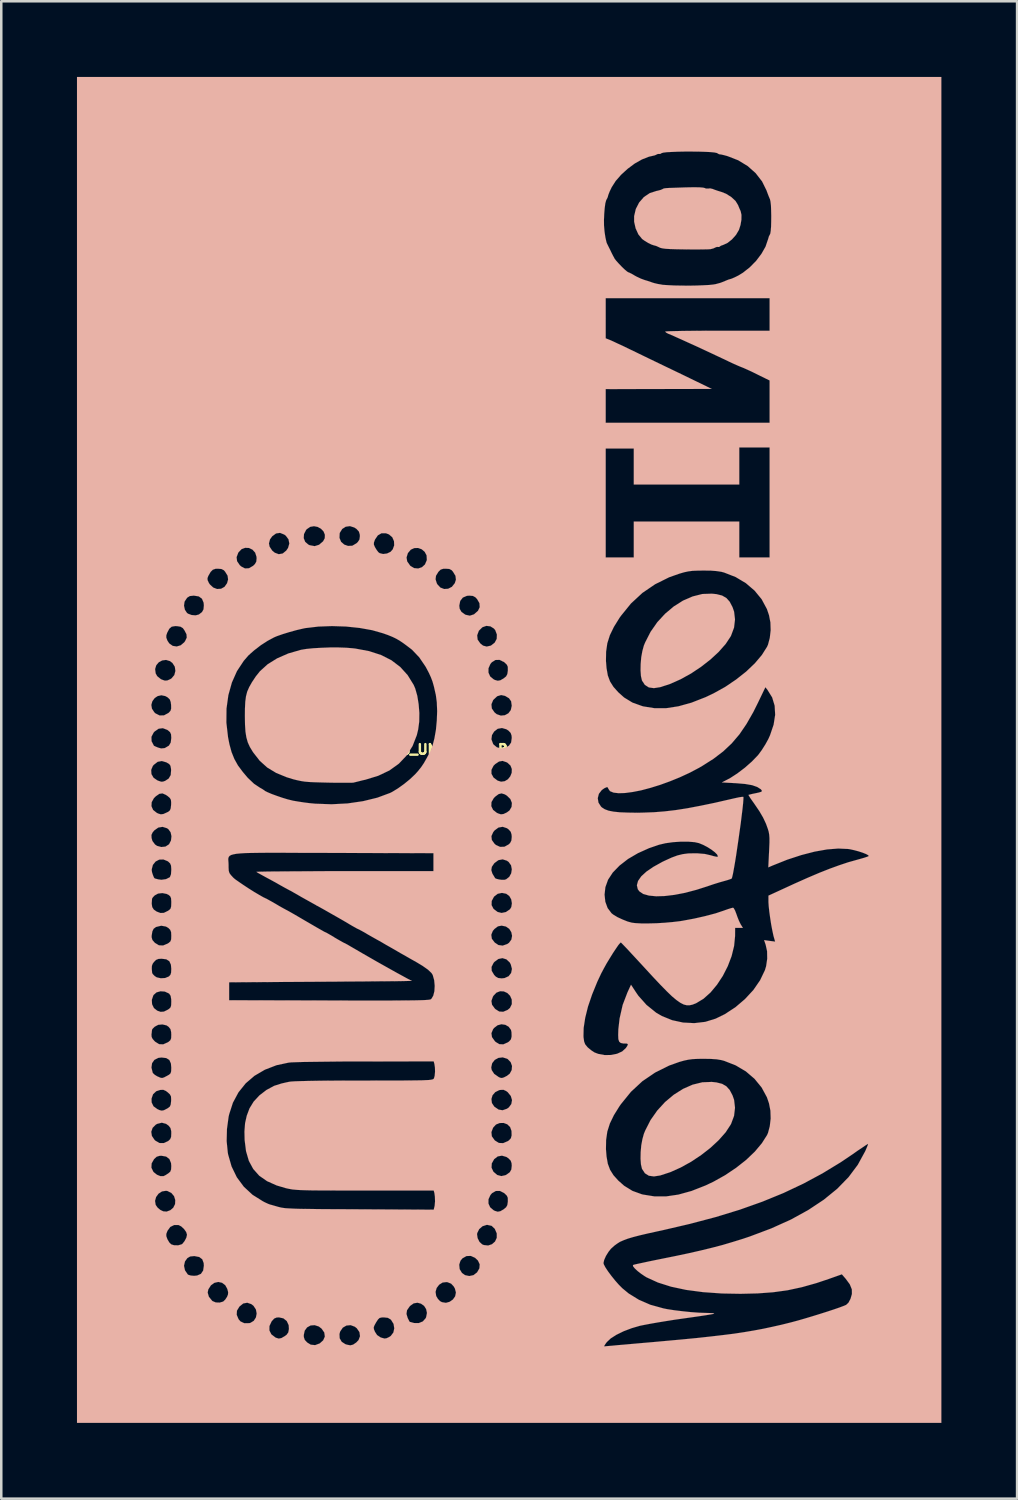
<source format=kicad_pcb>
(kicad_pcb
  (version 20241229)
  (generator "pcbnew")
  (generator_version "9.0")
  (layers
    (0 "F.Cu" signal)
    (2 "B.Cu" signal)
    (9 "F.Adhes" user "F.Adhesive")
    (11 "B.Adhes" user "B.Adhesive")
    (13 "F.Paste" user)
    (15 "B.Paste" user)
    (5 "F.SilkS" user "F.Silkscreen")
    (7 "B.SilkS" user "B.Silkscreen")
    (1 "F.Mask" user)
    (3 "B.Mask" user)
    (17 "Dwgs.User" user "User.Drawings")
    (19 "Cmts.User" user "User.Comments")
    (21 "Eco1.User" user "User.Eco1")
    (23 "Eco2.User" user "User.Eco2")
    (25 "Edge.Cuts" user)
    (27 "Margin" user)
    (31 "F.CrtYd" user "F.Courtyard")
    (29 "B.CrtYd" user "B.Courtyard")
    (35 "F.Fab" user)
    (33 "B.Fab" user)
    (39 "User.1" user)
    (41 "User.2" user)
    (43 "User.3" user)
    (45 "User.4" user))
  (footprint "Nostroino_UNO-logo_B.SilkS_34.29mm_flipped"
    (layer "F.Cu")
    (at 17.169 26.643)
    (property "Reference" "Nostroino_UNO-logo_B.SilkS_34.29mm_flipped" (at 0 0 0) (layer "F.SilkS") (effects (font (size 0.381 0.381) (thickness 0.127))))
    (attr through_hole)
    (fp_poly (pts (xy 5.161 -3.129) (xy 5.177 -2.906) (xy 5.215 -2.738) (xy 5.222 -2.723) (xy 5.334 -2.553) (xy 5.489 -2.456) (xy 5.69 -2.428) (xy 5.939 -2.466) (xy 6.337 -2.596) (xy 6.751 -2.781) (xy 7.165 -3.01) (xy 7.564 -3.277) (xy 7.932 -3.564) (xy 8.26 -3.868) (xy 8.532 -4.176) (xy 8.73 -4.475) (xy 8.75 -4.516) (xy 8.865 -4.826) (xy 8.903 -5.149) (xy 8.867 -5.458) (xy 8.804 -5.639) (xy 8.692 -5.852) (xy 8.56 -5.999) (xy 8.392 -6.096) (xy 8.169 -6.152) (xy 7.983 -6.17) (xy 7.607 -6.157) (xy 7.224 -6.06) (xy 6.843 -5.895) (xy 6.477 -5.664) (xy 6.134 -5.375) (xy 5.824 -5.039) (xy 5.558 -4.658) (xy 5.347 -4.244) (xy 5.293 -4.115) (xy 5.235 -3.904) (xy 5.189 -3.653) (xy 5.166 -3.386) (xy 5.161 -3.129)) (stroke (width 0.003) (type solid)) (fill yes) (layer "B.SilkS"))
    (fp_poly (pts (xy 5.161 16.215) (xy 5.177 16.441) (xy 5.215 16.607) (xy 5.222 16.624) (xy 5.334 16.794) (xy 5.489 16.891) (xy 5.69 16.919) (xy 5.939 16.881) (xy 6.337 16.751) (xy 6.751 16.566) (xy 7.165 16.337) (xy 7.564 16.071) (xy 7.932 15.784) (xy 8.26 15.479) (xy 8.532 15.171) (xy 8.73 14.869) (xy 8.75 14.831) (xy 8.865 14.521) (xy 8.903 14.199) (xy 8.867 13.886) (xy 8.804 13.706) (xy 8.692 13.495) (xy 8.56 13.348) (xy 8.392 13.251) (xy 8.169 13.195) (xy 7.983 13.175) (xy 7.607 13.19) (xy 7.224 13.284) (xy 6.843 13.452) (xy 6.477 13.683) (xy 6.134 13.97) (xy 5.824 14.308) (xy 5.558 14.686) (xy 5.347 15.1) (xy 5.293 15.232) (xy 5.235 15.443) (xy 5.189 15.692) (xy 5.166 15.961) (xy 5.161 16.215)) (stroke (width 0.003) (type solid)) (fill yes) (layer "B.SilkS"))
    (fp_poly (pts (xy -10.516 -1.333) (xy -10.511 -0.986) (xy -10.493 -0.706) (xy -10.457 -0.478) (xy -10.401 -0.279) (xy -10.317 -0.094) (xy -10.201 0.097) (xy -10.18 0.127) (xy -9.926 0.452) (xy -9.629 0.719) (xy -9.276 0.932) (xy -8.862 1.102) (xy -8.595 1.184) (xy -8.44 1.222) (xy -8.298 1.252) (xy -8.153 1.275) (xy -7.988 1.29) (xy -7.788 1.3) (xy -7.529 1.308) (xy -7.206 1.316) (xy -6.921 1.321) (xy -6.665 1.321) (xy -6.454 1.321) (xy -6.299 1.321) (xy -6.215 1.316) (xy -6.205 1.313) (xy -6.144 1.298) (xy -6.017 1.267) (xy -5.85 1.224) (xy -5.743 1.201) (xy -5.232 1.044) (xy -4.788 0.833) (xy -4.415 0.564) (xy -4.107 0.241) (xy -3.871 -0.137) (xy -3.703 -0.569) (xy -3.65 -0.792) (xy -3.609 -1.1) (xy -3.604 -1.443) (xy -3.632 -1.793) (xy -3.686 -2.126) (xy -3.767 -2.413) (xy -3.83 -2.558) (xy -4.069 -2.944) (xy -4.361 -3.266) (xy -4.709 -3.531) (xy -5.118 -3.739) (xy -5.596 -3.894) (xy -6.139 -3.995) (xy -6.233 -4.006) (xy -6.497 -4.028) (xy -6.81 -4.039) (xy -7.145 -4.039) (xy -7.485 -4.026) (xy -7.805 -4.008) (xy -8.085 -3.98) (xy -8.296 -3.945) (xy -8.793 -3.802) (xy -9.235 -3.609) (xy -9.611 -3.376) (xy -9.916 -3.101) (xy -10.084 -2.891) (xy -10.236 -2.662) (xy -10.345 -2.469) (xy -10.424 -2.289) (xy -10.472 -2.103) (xy -10.5 -1.89) (xy -10.513 -1.626) (xy -10.516 -1.333)) (stroke (width 0.003) (type solid)) (fill yes) (layer "B.SilkS"))
    (fp_poly (pts (xy 4.907 -20.907) (xy 4.966 -20.645) (xy 5.075 -20.406) (xy 5.222 -20.226) (xy 5.225 -20.223) (xy 5.331 -20.147) (xy 5.466 -20.066) (xy 5.596 -20.003) (xy 5.69 -19.972) (xy 5.702 -19.969) (xy 5.779 -19.949) (xy 5.885 -19.901) (xy 5.893 -19.896) (xy 5.954 -19.87) (xy 6.043 -19.85) (xy 6.167 -19.835) (xy 6.342 -19.825) (xy 6.579 -19.817) (xy 6.891 -19.812) (xy 6.916 -19.812) (xy 7.196 -19.809) (xy 7.455 -19.809) (xy 7.676 -19.812) (xy 7.841 -19.815) (xy 7.932 -19.822) (xy 7.938 -19.822) (xy 8.054 -19.853) (xy 8.125 -19.888) (xy 8.197 -19.914) (xy 8.222 -19.906) (xy 8.28 -19.909) (xy 8.291 -19.921) (xy 8.349 -19.959) (xy 8.438 -19.99) (xy 8.608 -20.069) (xy 8.783 -20.208) (xy 8.941 -20.384) (xy 9.055 -20.577) (xy 9.058 -20.579) (xy 9.121 -20.777) (xy 9.157 -20.988) (xy 9.159 -21.181) (xy 9.126 -21.328) (xy 9.121 -21.339) (xy 9.078 -21.433) (xy 9.027 -21.557) (xy 9.027 -21.562) (xy 8.926 -21.727) (xy 8.76 -21.882) (xy 8.552 -22.014) (xy 8.364 -22.088) (xy 8.209 -22.136) (xy 8.077 -22.182) (xy 8.021 -22.205) (xy 7.915 -22.23) (xy 7.849 -22.22) (xy 7.752 -22.22) (xy 7.714 -22.24) (xy 7.643 -22.258) (xy 7.483 -22.271) (xy 7.239 -22.273) (xy 6.952 -22.268) (xy 6.655 -22.258) (xy 6.434 -22.25) (xy 6.276 -22.245) (xy 6.172 -22.238) (xy 6.106 -22.23) (xy 6.068 -22.22) (xy 6.043 -22.207) (xy 6.027 -22.197) (xy 5.956 -22.167) (xy 5.839 -22.136) (xy 5.796 -22.128) (xy 5.527 -22.042) (xy 5.293 -21.885) (xy 5.105 -21.669) (xy 4.973 -21.412) (xy 4.907 -21.13) (xy 4.907 -20.907)) (stroke (width 0.003) (type solid)) (fill yes) (layer "B.SilkS"))
    (fp_poly (pts (xy -17.168 26.685) (xy -14.229 26.685) (xy -14.229 0.815) (xy -14.224 0.8) (xy -14.224 -1.763) (xy -14.183 -1.908) (xy -14.097 -2.027) (xy -14.074 -2.045) (xy -14.074 -3.183) (xy -14.028 -3.335) (xy -13.929 -3.452) (xy -13.792 -3.526) (xy -13.637 -3.546) (xy -13.63 -3.543) (xy -13.63 -4.519) (xy -13.592 -4.63) (xy -13.51 -4.783) (xy -13.414 -4.864) (xy -13.274 -4.887) (xy -13.203 -4.884) (xy -13.066 -4.862) (xy -12.974 -4.806) (xy -12.929 -4.745) (xy -12.929 -5.695) (xy -12.908 -5.847) (xy -12.893 -5.878) (xy -12.804 -6.01) (xy -12.7 -6.076) (xy -12.545 -6.093) (xy -12.537 -6.093) (xy -12.344 -6.063) (xy -12.217 -5.972) (xy -12.151 -5.814) (xy -12.141 -5.705) (xy -12.156 -5.547) (xy -12.215 -5.441) (xy -12.334 -5.349) (xy -12.342 -5.344) (xy -12.469 -5.311) (xy -12.626 -5.324) (xy -12.769 -5.377) (xy -12.812 -5.41) (xy -12.893 -5.532) (xy -12.929 -5.695) (xy -12.929 -4.745) (xy -12.911 -4.719) (xy -12.83 -4.564) (xy -12.819 -4.43) (xy -12.885 -4.29) (xy -12.918 -4.244) (xy -13.058 -4.125) (xy -13.218 -4.077) (xy -13.376 -4.102) (xy -13.513 -4.199) (xy -13.586 -4.31) (xy -13.63 -4.427) (xy -13.63 -4.519) (xy -13.63 -3.543) (xy -13.482 -3.498) (xy -13.386 -3.424) (xy -13.292 -3.277) (xy -13.269 -3.109) (xy -13.312 -2.946) (xy -13.419 -2.817) (xy -13.47 -2.784) (xy -13.589 -2.731) (xy -13.688 -2.725) (xy -13.807 -2.766) (xy -13.846 -2.784) (xy -13.99 -2.901) (xy -14.051 -3.01) (xy -14.074 -3.183) (xy -14.074 -2.045) (xy -13.973 -2.113) (xy -13.825 -2.146) (xy -13.668 -2.113) (xy -13.574 -2.06) (xy -13.492 -1.981) (xy -13.454 -1.877) (xy -13.439 -1.758) (xy -13.437 -1.618) (xy -13.462 -1.532) (xy -13.528 -1.458) (xy -13.551 -1.44) (xy -13.721 -1.349) (xy -13.894 -1.344) (xy -14.059 -1.427) (xy -14.102 -1.466) (xy -14.199 -1.613) (xy -14.224 -1.763) (xy -14.224 0.8) (xy -14.219 0.785) (xy -14.219 -0.5) (xy -14.133 -0.665) (xy -14.094 -0.709) (xy -13.934 -0.82) (xy -13.767 -0.841) (xy -13.592 -0.775) (xy -13.561 -0.754) (xy -13.48 -0.683) (xy -13.442 -0.599) (xy -13.432 -0.467) (xy -13.432 -0.45) (xy -13.454 -0.272) (xy -13.525 -0.15) (xy -13.67 -0.064) (xy -13.698 -0.051) (xy -13.835 -0.038) (xy -13.962 -0.074) (xy -14.064 -0.117) (xy -14.12 -0.145) (xy -14.122 -0.147) (xy -14.214 -0.325) (xy -14.219 -0.5) (xy -14.219 0.785) (xy -14.163 0.655) (xy -14.125 0.61) (xy -13.97 0.49) (xy -13.807 0.46) (xy -13.625 0.513) (xy -13.617 0.518) (xy -13.515 0.579) (xy -13.465 0.648) (xy -13.444 0.757) (xy -13.439 0.818) (xy -13.454 1.016) (xy -13.536 1.156) (xy -13.675 1.247) (xy -13.764 1.278) (xy -13.835 1.28) (xy -13.934 1.247) (xy -13.985 1.227) (xy -14.135 1.123) (xy -14.219 0.978) (xy -14.229 0.815) (xy -14.229 26.685) (xy -14.227 26.685) (xy -14.227 15.149) (xy -14.219 15.126) (xy -14.219 12.606) (xy -14.219 11.288) (xy -14.219 3.388) (xy -14.219 2.25) (xy -14.209 2.09) (xy -14.122 1.933) (xy -14.046 1.857) (xy -13.906 1.76) (xy -13.782 1.742) (xy -13.647 1.801) (xy -13.576 1.849) (xy -13.49 1.923) (xy -13.447 1.996) (xy -13.437 2.098) (xy -13.439 2.195) (xy -13.454 2.332) (xy -13.485 2.413) (xy -13.548 2.469) (xy -13.609 2.499) (xy -13.746 2.56) (xy -13.848 2.573) (xy -13.955 2.54) (xy -14.011 2.512) (xy -14.153 2.398) (xy -14.219 2.25) (xy -14.219 3.388) (xy -14.173 3.289) (xy -14.105 3.208) (xy -13.947 3.096) (xy -13.777 3.068) (xy -13.604 3.122) (xy -13.548 3.16) (xy -13.459 3.282) (xy -13.424 3.442) (xy -13.444 3.609) (xy -13.518 3.754) (xy -13.528 3.764) (xy -13.663 3.851) (xy -13.828 3.868) (xy -13.995 3.823) (xy -14.077 3.767) (xy -14.181 3.627) (xy -14.214 3.51) (xy -14.219 3.388) (xy -14.219 11.288) (xy -14.211 11.247) (xy -14.211 7.445) (xy -14.211 7.379) (xy -14.209 7.371) (xy -14.209 6.109) (xy -14.209 4.778) (xy -14.209 4.757) (xy -14.161 4.575) (xy -14.054 4.442) (xy -13.909 4.366) (xy -13.741 4.361) (xy -13.574 4.43) (xy -13.548 4.45) (xy -13.477 4.519) (xy -13.442 4.605) (xy -13.432 4.737) (xy -13.432 4.778) (xy -13.444 4.95) (xy -13.485 5.055) (xy -13.495 5.067) (xy -13.642 5.141) (xy -13.823 5.166) (xy -13.942 5.151) (xy -14.039 5.126) (xy -14.087 5.113) (xy -14.12 5.075) (xy -14.158 4.983) (xy -14.194 4.874) (xy -14.209 4.778) (xy -14.209 6.109) (xy -14.194 5.905) (xy -14.191 5.905) (xy -14.158 5.855) (xy -14.089 5.784) (xy -13.957 5.712) (xy -13.787 5.692) (xy -13.619 5.725) (xy -13.541 5.763) (xy -13.475 5.819) (xy -13.442 5.895) (xy -13.432 6.022) (xy -13.432 6.076) (xy -13.437 6.218) (xy -13.459 6.304) (xy -13.513 6.363) (xy -13.576 6.403) (xy -13.729 6.477) (xy -13.861 6.482) (xy -14.011 6.426) (xy -14.125 6.347) (xy -14.188 6.248) (xy -14.209 6.109) (xy -14.209 7.371) (xy -14.183 7.211) (xy -14.133 7.107) (xy -14.041 7.038) (xy -14.026 7.033) (xy -13.83 6.985) (xy -13.645 7.018) (xy -13.548 7.074) (xy -13.475 7.148) (xy -13.439 7.239) (xy -13.432 7.381) (xy -13.432 7.386) (xy -13.437 7.523) (xy -13.465 7.605) (xy -13.533 7.666) (xy -13.576 7.694) (xy -13.757 7.77) (xy -13.922 7.762) (xy -14.077 7.668) (xy -14.089 7.658) (xy -14.181 7.551) (xy -14.211 7.445) (xy -14.211 11.247) (xy -14.206 11.206) (xy -14.206 8.689) (xy -14.201 8.578) (xy -14.171 8.494) (xy -14.12 8.423) (xy -14.036 8.339) (xy -13.94 8.301) (xy -13.818 8.293) (xy -13.63 8.316) (xy -13.51 8.392) (xy -13.447 8.527) (xy -13.432 8.694) (xy -13.439 8.844) (xy -13.467 8.933) (xy -13.528 8.997) (xy -13.533 8.999) (xy -13.675 9.058) (xy -13.848 9.068) (xy -14.008 9.032) (xy -14.089 8.981) (xy -14.161 8.908) (xy -14.191 8.86) (xy -14.206 8.689) (xy -14.206 11.206) (xy -14.204 11.173) (xy -14.204 9.924) (xy -14.145 9.749) (xy -14.13 9.726) (xy -14.018 9.627) (xy -13.861 9.583) (xy -13.691 9.594) (xy -13.536 9.665) (xy -13.51 9.685) (xy -13.457 9.766) (xy -13.434 9.906) (xy -13.432 9.99) (xy -13.437 10.135) (xy -13.459 10.218) (xy -13.515 10.277) (xy -13.576 10.317) (xy -13.724 10.389) (xy -13.853 10.399) (xy -13.988 10.353) (xy -14.12 10.249) (xy -14.194 10.097) (xy -14.204 9.924) (xy -14.204 11.173) (xy -14.199 11.135) (xy -14.188 11.087) (xy -14.158 11.054) (xy -14.089 10.986) (xy -13.95 10.912) (xy -13.782 10.897) (xy -13.619 10.935) (xy -13.536 10.993) (xy -13.465 11.082) (xy -13.437 11.201) (xy -13.432 11.303) (xy -13.437 11.44) (xy -13.467 11.521) (xy -13.538 11.585) (xy -13.576 11.608) (xy -13.754 11.687) (xy -13.914 11.679) (xy -14.064 11.587) (xy -14.097 11.557) (xy -14.173 11.471) (xy -14.211 11.392) (xy -14.219 11.288) (xy -14.219 12.606) (xy -14.194 12.431) (xy -14.102 12.301) (xy -13.947 12.222) (xy -13.818 12.207) (xy -13.63 12.23) (xy -13.51 12.304) (xy -13.447 12.441) (xy -13.432 12.611) (xy -13.437 12.751) (xy -13.459 12.832) (xy -13.518 12.888) (xy -13.599 12.934) (xy -13.719 12.997) (xy -13.797 13.02) (xy -13.868 13.007) (xy -13.975 12.959) (xy -13.985 12.957) (xy -14.092 12.89) (xy -14.161 12.824) (xy -14.168 12.812) (xy -14.219 12.606) (xy -14.219 15.126) (xy -14.216 15.121) (xy -14.216 13.838) (xy -14.155 13.663) (xy -14.028 13.543) (xy -13.871 13.492) (xy -13.749 13.487) (xy -13.645 13.533) (xy -13.571 13.589) (xy -13.485 13.67) (xy -13.444 13.749) (xy -13.437 13.861) (xy -13.439 13.932) (xy -13.454 14.069) (xy -13.487 14.15) (xy -13.559 14.209) (xy -13.607 14.237) (xy -13.726 14.298) (xy -13.81 14.313) (xy -13.896 14.293) (xy -13.985 14.252) (xy -14.138 14.14) (xy -14.211 13.988) (xy -14.216 13.838) (xy -14.216 15.121) (xy -14.173 14.994) (xy -14.046 14.867) (xy -13.99 14.836) (xy -13.807 14.79) (xy -13.637 14.836) (xy -13.533 14.912) (xy -13.465 15.001) (xy -13.434 15.123) (xy -13.432 15.215) (xy -13.439 15.354) (xy -13.475 15.443) (xy -13.553 15.517) (xy -13.726 15.598) (xy -13.899 15.596) (xy -14.064 15.502) (xy -14.094 15.474) (xy -14.201 15.316) (xy -14.227 15.149) (xy -14.227 26.685) (xy -14.221 26.685) (xy -14.221 16.573) (xy -14.211 16.403) (xy -14.117 16.236) (xy -14.013 16.139) (xy -13.899 16.104) (xy -13.828 16.099) (xy -13.637 16.132) (xy -13.508 16.228) (xy -13.442 16.388) (xy -13.432 16.505) (xy -13.439 16.642) (xy -13.472 16.731) (xy -13.548 16.797) (xy -13.553 16.8) (xy -13.658 16.868) (xy -13.741 16.909) (xy -13.744 16.909) (xy -13.863 16.909) (xy -14 16.853) (xy -14.122 16.756) (xy -14.143 16.734) (xy -14.221 16.573) (xy -14.221 26.685) (xy -14.077 26.685) (xy -14.077 17.889) (xy -14.034 17.734) (xy -13.937 17.602) (xy -13.8 17.513) (xy -13.642 17.488) (xy -13.586 17.496) (xy -13.429 17.574) (xy -13.322 17.701) (xy -13.274 17.856) (xy -13.282 18.016) (xy -13.355 18.161) (xy -13.47 18.258) (xy -13.617 18.313) (xy -13.749 18.303) (xy -13.866 18.247) (xy -13.975 18.156) (xy -14.051 18.047) (xy -14.077 17.889) (xy -14.077 26.685) (xy -13.63 26.685) (xy -13.63 19.284) (xy -13.63 19.195) (xy -13.586 19.08) (xy -13.581 19.07) (xy -13.472 18.92) (xy -13.317 18.844) (xy -13.147 18.844) (xy -13.04 18.898) (xy -12.929 18.999) (xy -12.842 19.121) (xy -12.809 19.23) (xy -12.837 19.35) (xy -12.906 19.482) (xy -12.99 19.588) (xy -13.02 19.609) (xy -13.157 19.649) (xy -13.32 19.647) (xy -13.434 19.611) (xy -13.508 19.54) (xy -13.576 19.426) (xy -13.589 19.401) (xy -13.63 19.284) (xy -13.63 26.685) (xy -12.929 26.685) (xy -12.929 20.46) (xy -12.89 20.287) (xy -12.797 20.157) (xy -12.685 20.091) (xy -12.535 20.076) (xy -12.509 20.076) (xy -12.324 20.112) (xy -12.205 20.201) (xy -12.149 20.35) (xy -12.141 20.452) (xy -12.169 20.648) (xy -12.258 20.78) (xy -12.408 20.846) (xy -12.53 20.858) (xy -12.664 20.846) (xy -12.764 20.815) (xy -12.781 20.8) (xy -12.89 20.64) (xy -12.929 20.46) (xy -12.929 26.685) (xy -11.999 26.685) (xy -11.999 -6.784) (xy -11.966 -6.873) (xy -11.963 -6.878) (xy -11.874 -7.033) (xy -11.786 -7.12) (xy -11.674 -7.158) (xy -11.582 -7.16) (xy -11.443 -7.148) (xy -11.349 -7.099) (xy -11.298 -7.041) (xy -11.201 -6.883) (xy -11.181 -6.734) (xy -11.222 -6.584) (xy -11.323 -6.441) (xy -11.46 -6.365) (xy -11.618 -6.355) (xy -11.77 -6.413) (xy -11.902 -6.535) (xy -11.941 -6.591) (xy -11.994 -6.706) (xy -11.999 -6.784) (xy -11.999 26.685) (xy -11.991 26.685) (xy -11.991 21.521) (xy -11.966 21.397) (xy -11.862 21.234) (xy -11.725 21.135) (xy -11.57 21.1) (xy -11.42 21.133) (xy -11.293 21.229) (xy -11.25 21.308) (xy -11.25 -1.059) (xy -11.245 -1.618) (xy -11.171 -2.151) (xy -11.031 -2.652) (xy -10.846 -3.068) (xy -10.846 -7.615) (xy -10.78 -7.79) (xy -10.767 -7.811) (xy -10.648 -7.935) (xy -10.505 -7.988) (xy -10.353 -7.981) (xy -10.216 -7.915) (xy -10.109 -7.798) (xy -10.056 -7.635) (xy -10.051 -7.579) (xy -10.063 -7.442) (xy -10.119 -7.343) (xy -10.188 -7.275) (xy -10.353 -7.178) (xy -10.511 -7.17) (xy -10.663 -7.249) (xy -10.719 -7.3) (xy -10.825 -7.455) (xy -10.846 -7.615) (xy -10.846 -3.068) (xy -10.828 -3.106) (xy -10.561 -3.51) (xy -10.371 -3.729) (xy -10.147 -3.927) (xy -9.886 -4.128) (xy -9.611 -4.305) (xy -9.563 -4.331) (xy -9.563 -8.161) (xy -9.522 -8.321) (xy -9.434 -8.445) (xy -9.281 -8.557) (xy -9.124 -8.58) (xy -8.959 -8.514) (xy -8.898 -8.471) (xy -8.788 -8.326) (xy -8.755 -8.156) (xy -8.806 -7.981) (xy -8.877 -7.877) (xy -9.017 -7.762) (xy -9.174 -7.734) (xy -9.332 -7.793) (xy -9.434 -7.877) (xy -9.538 -8.034) (xy -9.563 -8.161) (xy -9.563 -4.331) (xy -9.355 -4.442) (xy -9.251 -4.486) (xy -9.014 -4.569) (xy -8.74 -4.653) (xy -8.463 -4.729) (xy -8.222 -4.785) (xy -8.186 -4.793) (xy -8.186 -8.372) (xy -8.174 -8.534) (xy -8.092 -8.694) (xy -8.065 -8.725) (xy -7.927 -8.819) (xy -7.777 -8.844) (xy -7.633 -8.816) (xy -7.501 -8.743) (xy -7.399 -8.636) (xy -7.346 -8.506) (xy -7.351 -8.367) (xy -7.417 -8.245) (xy -7.577 -8.108) (xy -7.752 -8.054) (xy -7.948 -8.09) (xy -8.001 -8.115) (xy -8.128 -8.225) (xy -8.186 -8.372) (xy -8.186 -4.793) (xy -8.125 -4.806) (xy -7.607 -4.867) (xy -7.061 -4.887) (xy -6.769 -4.877) (xy -6.769 -8.382) (xy -6.761 -8.555) (xy -6.754 -8.583) (xy -6.66 -8.735) (xy -6.52 -8.824) (xy -6.353 -8.847) (xy -6.182 -8.793) (xy -6.096 -8.738) (xy -5.999 -8.633) (xy -5.964 -8.517) (xy -5.959 -8.451) (xy -5.977 -8.316) (xy -6.045 -8.212) (xy -6.096 -8.166) (xy -6.259 -8.07) (xy -6.429 -8.062) (xy -6.579 -8.115) (xy -6.706 -8.227) (xy -6.769 -8.382) (xy -6.769 -4.877) (xy -6.51 -4.869) (xy -5.972 -4.813) (xy -5.474 -4.724) (xy -5.405 -4.704) (xy -5.405 -8.191) (xy -5.367 -8.301) (xy -5.359 -8.319) (xy -5.248 -8.481) (xy -5.103 -8.565) (xy -4.93 -8.565) (xy -4.808 -8.519) (xy -4.676 -8.407) (xy -4.608 -8.252) (xy -4.6 -8.085) (xy -4.658 -7.925) (xy -4.745 -7.828) (xy -4.884 -7.762) (xy -5.039 -7.742) (xy -5.174 -7.775) (xy -5.225 -7.811) (xy -5.293 -7.899) (xy -5.364 -8.016) (xy -5.405 -8.113) (xy -5.405 -8.191) (xy -5.405 -4.704) (xy -5.047 -4.602) (xy -4.826 -4.524) (xy -4.661 -4.455) (xy -4.524 -4.389) (xy -4.384 -4.308) (xy -4.247 -4.216) (xy -4.112 -4.117) (xy -4.112 -7.602) (xy -4.061 -7.77) (xy -4.054 -7.783) (xy -3.942 -7.915) (xy -3.802 -7.978) (xy -3.653 -7.981) (xy -3.51 -7.93) (xy -3.391 -7.828) (xy -3.317 -7.689) (xy -3.307 -7.513) (xy -3.31 -7.493) (xy -3.381 -7.328) (xy -3.5 -7.219) (xy -3.65 -7.168) (xy -3.81 -7.183) (xy -3.955 -7.269) (xy -3.97 -7.285) (xy -4.084 -7.445) (xy -4.112 -7.602) (xy -4.112 -4.117) (xy -3.894 -3.95) (xy -3.609 -3.65) (xy -3.368 -3.297) (xy -3.327 -3.226) (xy -3.223 -3.028) (xy -3.145 -2.857) (xy -3.081 -2.687) (xy -3.025 -2.489) (xy -2.969 -2.238) (xy -2.962 -2.207) (xy -2.962 -6.741) (xy -2.944 -6.881) (xy -2.852 -7.031) (xy -2.84 -7.046) (xy -2.758 -7.125) (xy -2.652 -7.158) (xy -2.558 -7.16) (xy -2.416 -7.15) (xy -2.324 -7.102) (xy -2.271 -7.041) (xy -2.172 -6.878) (xy -2.154 -6.723) (xy -2.2 -6.584) (xy -2.314 -6.441) (xy -2.464 -6.365) (xy -2.621 -6.355) (xy -2.771 -6.413) (xy -2.888 -6.538) (xy -2.913 -6.584) (xy -2.962 -6.741) (xy -2.962 -2.207) (xy -2.951 -2.167) (xy -2.911 -1.864) (xy -2.898 -1.516) (xy -2.911 -1.148) (xy -2.946 -0.777) (xy -3.007 -0.432) (xy -3.086 -0.13) (xy -3.172 0.084) (xy -3.31 0.343) (xy -3.424 0.544) (xy -3.533 0.706) (xy -3.65 0.853) (xy -3.767 0.983) (xy -3.97 1.176) (xy -4.206 1.369) (xy -4.45 1.544) (xy -4.674 1.681) (xy -4.76 1.725) (xy -5.268 1.913) (xy -5.837 2.052) (xy -6.447 2.141) (xy -7.082 2.174) (xy -7.727 2.151) (xy -7.943 2.131) (xy -8.166 2.103) (xy -8.397 2.068) (xy -8.593 2.035) (xy -8.641 2.024) (xy -8.824 1.979) (xy -9.035 1.915) (xy -9.251 1.841) (xy -9.451 1.768) (xy -9.614 1.699) (xy -9.721 1.646) (xy -9.733 1.633) (xy -9.827 1.57) (xy -9.926 1.514) (xy -10.155 1.361) (xy -10.401 1.128) (xy -10.599 0.894) (xy -10.792 0.635) (xy -10.935 0.378) (xy -11.044 0.107) (xy -11.13 -0.208) (xy -11.184 -0.483) (xy -11.25 -1.059) (xy -11.25 21.308) (xy -11.239 21.326) (xy -11.239 15.522) (xy -11.227 15.039) (xy -11.176 14.663) (xy -11.176 4.361) (xy -11.171 4.305) (xy -11.153 4.257) (xy -11.118 4.216) (xy -11.059 4.183) (xy -10.973 4.158) (xy -10.851 4.135) (xy -10.691 4.12) (xy -10.485 4.107) (xy -10.231 4.102) (xy -9.921 4.097) (xy -9.55 4.094) (xy -9.116 4.094) (xy -8.611 4.097) (xy -8.029 4.1) (xy -7.366 4.1) (xy -7.015 4.102) (xy -3.045 4.112) (xy -3.045 4.47) (xy -3.045 4.823) (xy -6.568 4.823) (xy -7.12 4.823) (xy -7.643 4.826) (xy -8.131 4.829) (xy -8.58 4.831) (xy -8.981 4.834) (xy -9.329 4.836) (xy -9.619 4.839) (xy -9.84 4.844) (xy -9.987 4.846) (xy -10.056 4.851) (xy -10.061 4.851) (xy -10.008 4.887) (xy -9.898 4.948) (xy -9.751 5.029) (xy -9.695 5.06) (xy -9.497 5.166) (xy -9.284 5.283) (xy -9.106 5.385) (xy -9.096 5.39) (xy -8.951 5.471) (xy -8.829 5.537) (xy -8.763 5.573) (xy -8.664 5.624) (xy -8.628 5.646) (xy -8.57 5.679) (xy -8.448 5.748) (xy -8.273 5.85) (xy -8.054 5.972) (xy -7.805 6.111) (xy -7.671 6.185) (xy -7.389 6.342) (xy -7.109 6.502) (xy -6.848 6.65) (xy -6.627 6.777) (xy -6.457 6.876) (xy -6.421 6.899) (xy -6.261 6.993) (xy -6.134 7.064) (xy -6.053 7.109) (xy -6.035 7.115) (xy -5.989 7.137) (xy -5.885 7.193) (xy -5.743 7.272) (xy -5.685 7.308) (xy -5.527 7.399) (xy -5.392 7.475) (xy -5.306 7.523) (xy -5.293 7.531) (xy -5.199 7.582) (xy -5.136 7.617) (xy -5.067 7.658) (xy -4.938 7.734) (xy -4.763 7.833) (xy -4.562 7.948) (xy -4.354 8.07) (xy -4.148 8.186) (xy -3.97 8.288) (xy -3.83 8.367) (xy -3.764 8.402) (xy -3.477 8.575) (xy -3.261 8.727) (xy -3.122 8.86) (xy -3.073 8.938) (xy -3.015 9.147) (xy -2.995 9.37) (xy -3.007 9.581) (xy -3.053 9.761) (xy -3.127 9.883) (xy -3.145 9.898) (xy -3.17 9.909) (xy -3.223 9.919) (xy -3.307 9.926) (xy -3.424 9.934) (xy -3.584 9.939) (xy -3.792 9.944) (xy -4.051 9.947) (xy -4.366 9.949) (xy -4.742 9.952) (xy -5.187 9.952) (xy -5.705 9.952) (xy -6.297 9.952) (xy -6.972 9.949) (xy -7.183 9.949) (xy -11.14 9.939) (xy -11.14 9.583) (xy -11.14 9.228) (xy -7.496 9.205) (xy -6.934 9.202) (xy -6.401 9.197) (xy -5.903 9.195) (xy -5.446 9.19) (xy -5.034 9.187) (xy -4.676 9.185) (xy -4.379 9.182) (xy -4.148 9.177) (xy -3.988 9.174) (xy -3.907 9.172) (xy -3.896 9.172) (xy -3.952 9.147) (xy -4.074 9.083) (xy -4.249 8.987) (xy -4.47 8.867) (xy -4.724 8.725) (xy -5.001 8.57) (xy -5.291 8.407) (xy -5.578 8.242) (xy -5.857 8.082) (xy -6.114 7.932) (xy -6.342 7.8) (xy -6.426 7.75) (xy -6.543 7.686) (xy -6.609 7.656) (xy -6.69 7.61) (xy -6.822 7.536) (xy -6.977 7.445) (xy -6.998 7.429) (xy -7.14 7.346) (xy -7.252 7.282) (xy -7.315 7.249) (xy -7.318 7.249) (xy -7.363 7.229) (xy -7.47 7.168) (xy -7.633 7.076) (xy -7.833 6.96) (xy -8.065 6.825) (xy -8.1 6.805) (xy -8.334 6.668) (xy -8.539 6.548) (xy -8.707 6.452) (xy -8.821 6.388) (xy -8.875 6.36) (xy -8.918 6.337) (xy -9.02 6.281) (xy -9.164 6.2) (xy -9.261 6.142) (xy -9.423 6.048) (xy -9.561 5.972) (xy -9.652 5.921) (xy -9.675 5.911) (xy -9.787 5.857) (xy -9.952 5.763) (xy -10.15 5.646) (xy -10.363 5.512) (xy -10.571 5.375) (xy -10.757 5.248) (xy -10.902 5.146) (xy -10.975 5.083) (xy -11.072 4.978) (xy -11.128 4.9) (xy -11.156 4.808) (xy -11.163 4.676) (xy -11.163 4.582) (xy -11.166 4.498) (xy -11.171 4.425) (xy -11.176 4.361) (xy -11.176 14.663) (xy -11.161 14.552) (xy -11.138 14.453) (xy -10.991 13.998) (xy -10.772 13.589) (xy -10.485 13.231) (xy -10.135 12.931) (xy -9.723 12.69) (xy -9.261 12.512) (xy -8.783 12.41) (xy -8.677 12.4) (xy -8.486 12.393) (xy -8.225 12.385) (xy -7.894 12.38) (xy -7.503 12.375) (xy -7.061 12.37) (xy -6.574 12.365) (xy -6.045 12.365) (xy -5.753 12.365) (xy -3.035 12.362) (xy -3.007 12.464) (xy -2.985 12.611) (xy -2.982 12.779) (xy -2.997 12.936) (xy -3.025 13.033) (xy -3.038 13.051) (xy -3.056 13.066) (xy -3.091 13.078) (xy -3.147 13.089) (xy -3.228 13.099) (xy -3.345 13.104) (xy -3.505 13.111) (xy -3.711 13.114) (xy -3.97 13.117) (xy -4.293 13.119) (xy -4.681 13.119) (xy -5.146 13.119) (xy -5.687 13.122) (xy -5.817 13.122) (xy -6.457 13.122) (xy -7.026 13.124) (xy -7.518 13.127) (xy -7.932 13.134) (xy -8.268 13.142) (xy -8.519 13.15) (xy -8.687 13.16) (xy -8.763 13.17) (xy -8.903 13.2) (xy -9.022 13.228) (xy -9.05 13.233) (xy -9.357 13.33) (xy -9.662 13.495) (xy -9.939 13.708) (xy -10.17 13.957) (xy -10.333 14.224) (xy -10.442 14.514) (xy -10.508 14.808) (xy -10.533 15.133) (xy -10.526 15.476) (xy -10.47 15.921) (xy -10.358 16.304) (xy -10.185 16.624) (xy -9.947 16.891) (xy -9.637 17.107) (xy -9.256 17.277) (xy -8.887 17.386) (xy -8.806 17.404) (xy -8.725 17.419) (xy -8.639 17.435) (xy -8.534 17.445) (xy -8.412 17.455) (xy -8.26 17.462) (xy -8.07 17.468) (xy -7.838 17.473) (xy -7.551 17.475) (xy -7.209 17.475) (xy -6.797 17.478) (xy -6.312 17.478) (xy -5.768 17.478) (xy -3.035 17.478) (xy -3.007 17.579) (xy -2.987 17.727) (xy -2.982 17.912) (xy -2.997 18.082) (xy -3.01 18.136) (xy -3.035 18.237) (xy -5.977 18.222) (xy -6.566 18.219) (xy -7.074 18.217) (xy -7.506 18.214) (xy -7.869 18.209) (xy -8.171 18.207) (xy -8.42 18.202) (xy -8.618 18.194) (xy -8.778 18.186) (xy -8.903 18.179) (xy -9.002 18.166) (xy -9.081 18.153) (xy -9.144 18.138) (xy -9.185 18.128) (xy -9.335 18.085) (xy -9.459 18.049) (xy -9.517 18.034) (xy -9.594 18.006) (xy -9.716 17.95) (xy -9.804 17.904) (xy -10.213 17.648) (xy -10.559 17.328) (xy -10.836 16.954) (xy -11.044 16.525) (xy -11.181 16.048) (xy -11.194 15.974) (xy -11.239 15.522) (xy -11.239 21.326) (xy -11.212 21.379) (xy -11.179 21.506) (xy -11.186 21.6) (xy -11.224 21.694) (xy -11.295 21.801) (xy -11.372 21.874) (xy -11.374 21.877) (xy -11.514 21.918) (xy -11.669 21.913) (xy -11.798 21.859) (xy -11.811 21.849) (xy -11.943 21.687) (xy -11.991 21.521) (xy -11.991 26.685) (xy -10.841 26.685) (xy -10.841 22.4) (xy -10.831 22.238) (xy -10.732 22.075) (xy -10.726 22.07) (xy -10.582 21.953) (xy -10.422 21.923) (xy -10.259 21.979) (xy -10.175 22.045) (xy -10.079 22.189) (xy -10.048 22.352) (xy -10.079 22.509) (xy -10.165 22.642) (xy -10.3 22.723) (xy -10.34 22.733) (xy -10.538 22.736) (xy -10.691 22.664) (xy -10.767 22.576) (xy -10.841 22.4) (xy -10.841 26.685) (xy -9.545 26.685) (xy -9.545 23.023) (xy -9.543 22.847) (xy -9.459 22.667) (xy -9.449 22.652) (xy -9.355 22.55) (xy -9.256 22.509) (xy -9.164 22.504) (xy -8.989 22.543) (xy -8.857 22.649) (xy -8.781 22.812) (xy -8.771 22.964) (xy -8.796 23.099) (xy -8.862 23.193) (xy -8.933 23.246) (xy -9.07 23.325) (xy -9.174 23.345) (xy -9.289 23.31) (xy -9.309 23.299) (xy -9.467 23.177) (xy -9.545 23.023) (xy -9.545 26.685) (xy -8.184 26.685) (xy -8.184 23.208) (xy -8.146 23.03) (xy -8.052 22.901) (xy -7.912 22.824) (xy -7.752 22.812) (xy -7.587 22.865) (xy -7.475 22.951) (xy -7.369 23.106) (xy -7.348 23.266) (xy -7.414 23.414) (xy -7.551 23.536) (xy -7.734 23.604) (xy -7.907 23.586) (xy -8.047 23.5) (xy -8.143 23.398) (xy -8.181 23.284) (xy -8.184 23.208) (xy -8.184 26.685) (xy -6.769 26.685) (xy -6.769 23.162) (xy -6.741 23.063) (xy -6.637 22.911) (xy -6.492 22.827) (xy -6.325 22.812) (xy -6.157 22.875) (xy -6.083 22.934) (xy -5.977 23.086) (xy -5.954 23.249) (xy -6.012 23.404) (xy -6.104 23.5) (xy -6.228 23.584) (xy -6.34 23.612) (xy -6.472 23.586) (xy -6.535 23.566) (xy -6.68 23.472) (xy -6.761 23.332) (xy -6.769 23.162) (xy -6.769 26.685) (xy -5.413 26.685) (xy -5.413 22.901) (xy -5.382 22.819) (xy -5.319 22.705) (xy -5.243 22.588) (xy -5.179 22.527) (xy -5.095 22.507) (xy -5.009 22.504) (xy -4.851 22.522) (xy -4.742 22.586) (xy -4.724 22.603) (xy -4.625 22.763) (xy -4.597 22.939) (xy -4.633 23.104) (xy -4.737 23.241) (xy -4.798 23.282) (xy -4.9 23.33) (xy -4.981 23.343) (xy -5.085 23.315) (xy -5.141 23.297) (xy -5.278 23.205) (xy -5.362 23.076) (xy -5.403 22.977) (xy -5.413 22.901) (xy -5.413 26.685) (xy -4.115 26.685) (xy -4.115 22.365) (xy -4.092 22.22) (xy -3.988 22.07) (xy -3.967 22.047) (xy -3.828 21.948) (xy -3.678 21.923) (xy -3.538 21.961) (xy -3.416 22.047) (xy -3.335 22.174) (xy -3.302 22.329) (xy -3.335 22.499) (xy -3.355 22.54) (xy -3.465 22.664) (xy -3.625 22.73) (xy -3.813 22.728) (xy -3.846 22.718) (xy -3.942 22.692) (xy -3.985 22.682) (xy -4.006 22.647) (xy -4.051 22.558) (xy -4.067 22.525) (xy -4.115 22.365) (xy -4.115 26.685) (xy -2.962 26.685) (xy -2.962 21.493) (xy -2.918 21.339) (xy -2.819 21.209) (xy -2.682 21.123) (xy -2.522 21.105) (xy -2.482 21.112) (xy -2.344 21.168) (xy -2.245 21.273) (xy -2.195 21.359) (xy -2.154 21.519) (xy -2.184 21.669) (xy -2.273 21.796) (xy -2.403 21.887) (xy -2.55 21.928) (xy -2.708 21.902) (xy -2.786 21.859) (xy -2.868 21.773) (xy -2.936 21.659) (xy -2.962 21.493) (xy -2.962 26.685) (xy -2.024 26.685) (xy -2.024 20.419) (xy -2.022 20.406) (xy -2.022 -5.697) (xy -1.984 -5.885) (xy -1.88 -6.017) (xy -1.717 -6.086) (xy -1.621 -6.093) (xy -1.481 -6.081) (xy -1.382 -6.027) (xy -1.316 -5.956) (xy -1.222 -5.794) (xy -1.212 -5.634) (xy -1.28 -5.491) (xy -1.438 -5.352) (xy -1.603 -5.298) (xy -1.77 -5.334) (xy -1.791 -5.344) (xy -1.935 -5.448) (xy -2.007 -5.573) (xy -2.022 -5.697) (xy -2.022 20.406) (xy -1.974 20.259) (xy -1.897 20.165) (xy -1.735 20.074) (xy -1.562 20.069) (xy -1.394 20.145) (xy -1.318 20.218) (xy -1.318 19.213) (xy -1.313 19.18) (xy -1.313 -4.521) (xy -1.247 -4.699) (xy -1.234 -4.714) (xy -1.105 -4.841) (xy -0.95 -4.895) (xy -0.79 -4.877) (xy -0.65 -4.79) (xy -0.597 -4.727) (xy -0.531 -4.552) (xy -0.538 -4.379) (xy -0.62 -4.227) (xy -0.762 -4.117) (xy -0.77 -4.112) (xy -0.935 -4.074) (xy -1.079 -4.112) (xy -1.189 -4.199) (xy -1.295 -4.351) (xy -1.313 -4.521) (xy -1.313 19.18) (xy -1.313 19.169) (xy -1.234 19.009) (xy -1.102 18.893) (xy -0.935 18.839) (xy -0.909 18.839) (xy -0.866 18.849) (xy -0.866 17.993) (xy -0.866 -3.045) (xy -0.864 -3.216) (xy -0.79 -3.383) (xy -0.734 -3.452) (xy -0.589 -3.543) (xy -0.427 -3.548) (xy -0.259 -3.47) (xy -0.224 -3.442) (xy -0.137 -3.358) (xy -0.099 -3.274) (xy -0.097 -3.15) (xy -0.097 -3.122) (xy -0.117 -2.985) (xy -0.165 -2.893) (xy -0.262 -2.814) (xy -0.394 -2.738) (xy -0.498 -2.72) (xy -0.615 -2.753) (xy -0.663 -2.779) (xy -0.798 -2.891) (xy -0.866 -3.045) (xy -0.866 17.993) (xy -0.864 17.823) (xy -0.79 17.661) (xy -0.757 17.62) (xy -0.757 12.603) (xy -0.754 12.596) (xy -0.754 7.346) (xy -0.754 7.343) (xy -0.754 4.78) (xy -0.754 2.248) (xy -0.749 2.167) (xy -0.749 -1.786) (xy -0.681 -1.951) (xy -0.66 -1.976) (xy -0.518 -2.108) (xy -0.363 -2.154) (xy -0.208 -2.121) (xy -0.051 -2.027) (xy 0.033 -1.908) (xy 0.058 -1.732) (xy 0.058 -1.73) (xy 0.02 -1.557) (xy -0.076 -1.43) (xy -0.216 -1.354) (xy -0.376 -1.339) (xy -0.536 -1.394) (xy -0.625 -1.466) (xy -0.732 -1.621) (xy -0.749 -1.786) (xy -0.749 2.167) (xy -0.749 2.141) (xy -0.749 -0.401) (xy -0.726 -0.569) (xy -0.64 -0.709) (xy -0.498 -0.818) (xy -0.33 -0.848) (xy -0.155 -0.798) (xy -0.071 -0.744) (xy 0.015 -0.653) (xy 0.051 -0.546) (xy 0.058 -0.455) (xy 0.033 -0.274) (xy -0.051 -0.15) (xy -0.196 -0.066) (xy -0.363 -0.038) (xy -0.531 -0.084) (xy -0.663 -0.193) (xy -0.683 -0.224) (xy -0.749 -0.401) (xy -0.749 2.141) (xy -0.747 2.113) (xy -0.747 0.965) (xy -0.747 0.808) (xy -0.665 0.648) (xy -0.599 0.582) (xy -0.447 0.48) (xy -0.307 0.455) (xy -0.15 0.508) (xy -0.112 0.528) (xy 0.008 0.64) (xy 0.061 0.777) (xy 0.056 0.927) (xy 0 1.067) (xy -0.094 1.184) (xy -0.221 1.26) (xy -0.366 1.28) (xy -0.503 1.237) (xy -0.665 1.115) (xy -0.747 0.965) (xy -0.747 2.113) (xy -0.747 2.088) (xy -0.655 1.93) (xy -0.599 1.872) (xy -0.462 1.77) (xy -0.345 1.742) (xy -0.218 1.781) (xy -0.132 1.834) (xy 0.003 1.966) (xy 0.064 2.121) (xy 0.051 2.278) (xy -0.03 2.418) (xy -0.135 2.497) (xy -0.269 2.56) (xy -0.373 2.573) (xy -0.483 2.537) (xy -0.536 2.512) (xy -0.683 2.395) (xy -0.754 2.248) (xy -0.754 4.78) (xy -0.749 4.757) (xy -0.749 3.437) (xy -0.678 3.279) (xy -0.625 3.211) (xy -0.47 3.096) (xy -0.302 3.066) (xy -0.132 3.122) (xy -0.064 3.172) (xy 0.018 3.264) (xy 0.051 3.376) (xy 0.058 3.47) (xy 0.043 3.612) (xy -0.008 3.711) (xy -0.064 3.764) (xy -0.229 3.856) (xy -0.404 3.863) (xy -0.569 3.787) (xy -0.625 3.739) (xy -0.732 3.589) (xy -0.749 3.437) (xy -0.749 4.757) (xy -0.732 4.653) (xy -0.645 4.524) (xy -0.625 4.501) (xy -0.47 4.387) (xy -0.302 4.356) (xy -0.135 4.409) (xy -0.064 4.46) (xy 0.03 4.592) (xy 0.061 4.75) (xy 0.036 4.91) (xy -0.041 5.05) (xy -0.163 5.146) (xy -0.239 5.169) (xy -0.328 5.169) (xy -0.445 5.154) (xy -0.549 5.128) (xy -0.599 5.105) (xy -0.709 4.923) (xy -0.754 4.78) (xy -0.754 7.343) (xy -0.742 7.313) (xy -0.742 6.17) (xy -0.737 6.005) (xy -0.648 5.839) (xy -0.64 5.829) (xy -0.498 5.72) (xy -0.33 5.685) (xy -0.163 5.718) (xy -0.041 5.806) (xy 0.036 5.939) (xy 0.064 6.096) (xy 0.041 6.246) (xy -0.013 6.335) (xy -0.173 6.444) (xy -0.345 6.48) (xy -0.503 6.441) (xy -0.663 6.32) (xy -0.742 6.17) (xy -0.742 7.313) (xy -0.693 7.191) (xy -0.625 7.112) (xy -0.49 7.01) (xy -0.343 6.982) (xy -0.173 7.018) (xy -0.041 7.109) (xy 0.041 7.242) (xy 0.071 7.389) (xy 0.043 7.536) (xy -0.051 7.663) (xy -0.119 7.711) (xy -0.302 7.775) (xy -0.47 7.752) (xy -0.617 7.653) (xy -0.732 7.503) (xy -0.754 7.346) (xy -0.754 12.596) (xy -0.749 12.568) (xy -0.749 11.245) (xy -0.749 9.967) (xy -0.744 9.952) (xy -0.744 8.618) (xy -0.663 8.458) (xy -0.625 8.415) (xy -0.472 8.303) (xy -0.31 8.27) (xy -0.152 8.319) (xy -0.023 8.44) (xy 0.018 8.514) (xy 0.066 8.697) (xy 0.033 8.86) (xy -0.066 8.987) (xy -0.226 9.06) (xy -0.338 9.073) (xy -0.478 9.058) (xy -0.574 9.004) (xy -0.64 8.936) (xy -0.737 8.773) (xy -0.744 8.618) (xy -0.744 9.952) (xy -0.691 9.802) (xy -0.668 9.761) (xy -0.549 9.637) (xy -0.406 9.581) (xy -0.257 9.588) (xy -0.117 9.652) (xy -0.008 9.761) (xy 0.058 9.911) (xy 0.061 10.089) (xy 0.058 10.099) (xy -0.013 10.244) (xy -0.107 10.323) (xy -0.282 10.396) (xy -0.439 10.386) (xy -0.589 10.292) (xy -0.617 10.264) (xy -0.724 10.117) (xy -0.749 9.967) (xy -0.749 11.245) (xy -0.683 11.087) (xy -0.64 11.034) (xy -0.505 10.93) (xy -0.351 10.889) (xy -0.196 10.912) (xy -0.064 10.988) (xy 0.028 11.113) (xy 0.048 11.206) (xy 0.053 11.379) (xy 0.023 11.493) (xy -0.051 11.575) (xy -0.099 11.608) (xy -0.277 11.687) (xy -0.434 11.679) (xy -0.582 11.59) (xy -0.617 11.554) (xy -0.726 11.4) (xy -0.749 11.245) (xy -0.749 12.568) (xy -0.719 12.433) (xy -0.615 12.301) (xy -0.47 12.222) (xy -0.3 12.202) (xy -0.13 12.255) (xy -0.104 12.268) (xy 0.015 12.39) (xy 0.069 12.543) (xy 0.056 12.705) (xy -0.023 12.85) (xy -0.135 12.936) (xy -0.254 12.997) (xy -0.333 13.02) (xy -0.399 13.01) (xy -0.46 12.982) (xy -0.64 12.855) (xy -0.737 12.705) (xy -0.757 12.603) (xy -0.757 17.62) (xy -0.749 17.612) (xy -0.749 15.164) (xy -0.749 13.853) (xy -0.704 13.703) (xy -0.597 13.579) (xy -0.439 13.5) (xy -0.394 13.492) (xy -0.269 13.487) (xy -0.163 13.536) (xy -0.102 13.581) (xy 0.02 13.731) (xy 0.069 13.894) (xy 0.041 14.051) (xy -0.058 14.186) (xy -0.135 14.239) (xy -0.305 14.298) (xy -0.462 14.272) (xy -0.622 14.163) (xy -0.635 14.153) (xy -0.729 14.011) (xy -0.749 13.853) (xy -0.749 15.164) (xy -0.681 14.986) (xy -0.566 14.862) (xy -0.419 14.803) (xy -0.262 14.801) (xy -0.119 14.854) (xy -0.008 14.961) (xy 0.046 15.11) (xy 0.048 15.121) (xy 0.053 15.293) (xy 0.023 15.408) (xy -0.051 15.489) (xy -0.099 15.522) (xy -0.284 15.601) (xy -0.452 15.593) (xy -0.605 15.499) (xy -0.625 15.479) (xy -0.732 15.329) (xy -0.749 15.164) (xy -0.749 17.612) (xy -0.744 17.607) (xy -0.744 16.573) (xy -0.734 16.403) (xy -0.64 16.236) (xy -0.498 16.126) (xy -0.33 16.096) (xy -0.155 16.147) (xy -0.071 16.203) (xy 0.015 16.292) (xy 0.051 16.396) (xy 0.058 16.495) (xy 0.041 16.647) (xy -0.02 16.754) (xy -0.142 16.843) (xy -0.193 16.871) (xy -0.356 16.906) (xy -0.516 16.863) (xy -0.66 16.741) (xy -0.668 16.734) (xy -0.744 16.573) (xy -0.744 17.607) (xy -0.726 17.584) (xy -0.574 17.496) (xy -0.411 17.493) (xy -0.246 17.577) (xy -0.224 17.595) (xy -0.137 17.681) (xy -0.099 17.765) (xy -0.097 17.889) (xy -0.097 17.917) (xy -0.117 18.054) (xy -0.165 18.141) (xy -0.262 18.222) (xy -0.394 18.298) (xy -0.498 18.318) (xy -0.615 18.283) (xy -0.663 18.258) (xy -0.798 18.143) (xy -0.866 17.993) (xy -0.866 18.849) (xy -0.739 18.877) (xy -0.615 18.994) (xy -0.536 19.177) (xy -0.536 19.182) (xy -0.536 19.352) (xy -0.605 19.5) (xy -0.726 19.606) (xy -0.879 19.657) (xy -1.046 19.639) (xy -1.115 19.611) (xy -1.222 19.512) (xy -1.295 19.365) (xy -1.318 19.213) (xy -1.318 20.218) (xy -1.283 20.251) (xy -1.212 20.399) (xy -1.224 20.561) (xy -1.316 20.721) (xy -1.458 20.831) (xy -1.626 20.866) (xy -1.793 20.831) (xy -1.915 20.744) (xy -2.007 20.592) (xy -2.024 20.419) (xy -2.024 26.685) (xy -0.043 26.685) (xy 2.898 26.685) (xy 2.898 11.382) (xy 2.906 11.036) (xy 2.967 10.638) (xy 3.078 10.19) (xy 3.241 9.71) (xy 3.447 9.205) (xy 3.604 8.87) (xy 3.703 8.684) (xy 3.818 8.476) (xy 3.945 8.268) (xy 4.069 8.067) (xy 4.186 7.892) (xy 4.282 7.752) (xy 4.354 7.668) (xy 4.381 7.648) (xy 4.415 7.681) (xy 4.501 7.77) (xy 4.633 7.907) (xy 4.801 8.09) (xy 4.999 8.303) (xy 5.22 8.542) (xy 5.311 8.641) (xy 5.657 9.017) (xy 5.949 9.327) (xy 6.198 9.581) (xy 6.406 9.782) (xy 6.584 9.931) (xy 6.736 10.038) (xy 6.871 10.107) (xy 6.99 10.137) (xy 7.107 10.137) (xy 7.221 10.112) (xy 7.346 10.063) (xy 7.363 10.056) (xy 7.653 9.881) (xy 7.93 9.634) (xy 8.189 9.324) (xy 8.42 8.974) (xy 8.616 8.59) (xy 8.768 8.191) (xy 8.867 7.79) (xy 8.905 7.404) (xy 8.905 7.402) (xy 8.908 7.071) (xy 9.06 7.071) (xy 9.215 7.071) (xy 9.126 6.927) (xy 9.063 6.8) (xy 8.997 6.634) (xy 8.959 6.525) (xy 8.908 6.391) (xy 8.857 6.297) (xy 8.826 6.271) (xy 8.76 6.287) (xy 8.636 6.325) (xy 8.484 6.378) (xy 8.481 6.38) (xy 8.138 6.495) (xy 7.727 6.604) (xy 7.277 6.706) (xy 6.812 6.792) (xy 6.718 6.807) (xy 6.436 6.84) (xy 6.121 6.868) (xy 5.794 6.888) (xy 5.476 6.896) (xy 5.189 6.896) (xy 4.953 6.883) (xy 4.818 6.866) (xy 4.648 6.82) (xy 4.45 6.741) (xy 4.252 6.65) (xy 4.089 6.553) (xy 4.011 6.492) (xy 3.856 6.287) (xy 3.764 6.035) (xy 3.734 5.753) (xy 3.767 5.458) (xy 3.868 5.177) (xy 3.871 5.166) (xy 4.059 4.879) (xy 4.328 4.602) (xy 4.661 4.343) (xy 5.055 4.112) (xy 5.494 3.914) (xy 5.893 3.777) (xy 6.154 3.716) (xy 6.449 3.675) (xy 6.756 3.655) (xy 7.051 3.655) (xy 7.305 3.675) (xy 7.475 3.713) (xy 7.643 3.782) (xy 7.813 3.871) (xy 7.973 3.973) (xy 8.105 4.074) (xy 8.194 4.163) (xy 8.225 4.232) (xy 8.217 4.252) (xy 8.164 4.252) (xy 8.054 4.229) (xy 7.953 4.199) (xy 7.711 4.143) (xy 7.399 4.117) (xy 7.295 4.117) (xy 7.048 4.122) (xy 6.833 4.15) (xy 6.624 4.201) (xy 6.396 4.285) (xy 6.124 4.409) (xy 6.027 4.455) (xy 5.674 4.651) (xy 5.395 4.841) (xy 5.189 5.029) (xy 5.062 5.212) (xy 5.016 5.382) (xy 5.052 5.54) (xy 5.116 5.626) (xy 5.268 5.728) (xy 5.491 5.791) (xy 5.779 5.819) (xy 6.119 5.809) (xy 6.502 5.763) (xy 6.924 5.682) (xy 7.374 5.563) (xy 7.838 5.415) (xy 7.849 5.41) (xy 8.059 5.339) (xy 8.288 5.268) (xy 8.451 5.222) (xy 8.603 5.179) (xy 8.717 5.141) (xy 8.771 5.118) (xy 8.791 5.062) (xy 8.821 4.933) (xy 8.857 4.737) (xy 8.9 4.493) (xy 8.946 4.209) (xy 8.992 3.896) (xy 9.04 3.571) (xy 9.086 3.241) (xy 9.131 2.924) (xy 9.167 2.626) (xy 9.2 2.362) (xy 9.223 2.144) (xy 9.235 1.984) (xy 9.238 1.892) (xy 9.233 1.88) (xy 9.185 1.88) (xy 9.068 1.897) (xy 8.9 1.933) (xy 8.733 1.971) (xy 8.092 2.118) (xy 7.526 2.235) (xy 7.018 2.332) (xy 6.551 2.405) (xy 6.116 2.456) (xy 5.7 2.489) (xy 5.286 2.504) (xy 5.047 2.51) (xy 4.653 2.504) (xy 4.336 2.492) (xy 4.087 2.466) (xy 3.894 2.428) (xy 3.744 2.372) (xy 3.632 2.301) (xy 3.594 2.266) (xy 3.493 2.108) (xy 3.465 1.933) (xy 3.51 1.758) (xy 3.625 1.61) (xy 3.711 1.549) (xy 3.711 -20.985) (xy 3.721 -21.222) (xy 3.739 -21.443) (xy 3.764 -21.633) (xy 3.8 -21.765) (xy 3.828 -21.814) (xy 3.866 -21.895) (xy 3.868 -21.918) (xy 3.889 -21.986) (xy 3.937 -22.108) (xy 4.008 -22.255) (xy 4.013 -22.268) (xy 4.173 -22.52) (xy 4.392 -22.771) (xy 4.651 -23.007) (xy 4.933 -23.216) (xy 5.22 -23.378) (xy 5.494 -23.485) (xy 5.606 -23.51) (xy 5.725 -23.538) (xy 5.799 -23.571) (xy 5.809 -23.579) (xy 5.862 -23.597) (xy 5.875 -23.592) (xy 5.941 -23.594) (xy 5.992 -23.625) (xy 6.06 -23.645) (xy 6.203 -23.663) (xy 6.401 -23.673) (xy 6.642 -23.683) (xy 6.909 -23.688) (xy 7.186 -23.688) (xy 7.457 -23.686) (xy 7.711 -23.678) (xy 7.925 -23.668) (xy 8.087 -23.652) (xy 8.181 -23.632) (xy 8.194 -23.627) (xy 8.268 -23.584) (xy 8.301 -23.579) (xy 8.359 -23.571) (xy 8.479 -23.543) (xy 8.606 -23.508) (xy 9.03 -23.343) (xy 9.406 -23.114) (xy 9.723 -22.832) (xy 9.977 -22.504) (xy 10.157 -22.139) (xy 10.16 -22.126) (xy 10.216 -21.976) (xy 10.269 -21.844) (xy 10.29 -21.798) (xy 10.31 -21.707) (xy 10.328 -21.557) (xy 10.335 -21.359) (xy 10.34 -21.14) (xy 10.338 -20.919) (xy 10.333 -20.714) (xy 10.32 -20.546) (xy 10.302 -20.437) (xy 10.29 -20.409) (xy 10.246 -20.325) (xy 10.211 -20.203) (xy 10.206 -20.193) (xy 10.114 -19.921) (xy 9.952 -19.637) (xy 9.741 -19.357) (xy 9.489 -19.101) (xy 9.218 -18.887) (xy 9.04 -18.778) (xy 8.898 -18.707) (xy 8.781 -18.656) (xy 8.72 -18.636) (xy 8.654 -18.618) (xy 8.539 -18.572) (xy 8.484 -18.547) (xy 8.324 -18.486) (xy 8.136 -18.435) (xy 8.049 -18.42) (xy 7.884 -18.402) (xy 7.653 -18.39) (xy 7.376 -18.379) (xy 7.074 -18.374) (xy 6.767 -18.377) (xy 6.48 -18.382) (xy 6.231 -18.395) (xy 6.043 -18.407) (xy 6.005 -18.415) (xy 5.839 -18.443) (xy 5.702 -18.476) (xy 5.626 -18.499) (xy 5.53 -18.534) (xy 5.392 -18.578) (xy 5.337 -18.593) (xy 5.177 -18.651) (xy 4.999 -18.735) (xy 4.925 -18.776) (xy 4.803 -18.847) (xy 4.709 -18.893) (xy 4.679 -18.903) (xy 4.628 -18.933) (xy 4.534 -19.012) (xy 4.422 -19.119) (xy 4.305 -19.241) (xy 4.204 -19.352) (xy 4.135 -19.439) (xy 4.128 -19.454) (xy 4.074 -19.553) (xy 4.003 -19.693) (xy 3.965 -19.774) (xy 3.896 -19.911) (xy 3.84 -20.025) (xy 3.82 -20.066) (xy 3.8 -20.142) (xy 3.769 -20.282) (xy 3.741 -20.462) (xy 3.731 -20.544) (xy 3.713 -20.752) (xy 3.711 -20.985) (xy 3.711 1.549) (xy 3.734 1.534) (xy 3.78 1.514) (xy 3.78 -7.605) (xy 3.78 -9.764) (xy 3.78 -11.92) (xy 3.78 -12.941) (xy 3.78 -13.609) (xy 3.78 -14.277) (xy 5.88 -14.28) (xy 7.983 -14.282) (xy 7.582 -14.478) (xy 7.399 -14.567) (xy 7.163 -14.681) (xy 6.896 -14.811) (xy 6.622 -14.943) (xy 6.495 -15.004) (xy 6.22 -15.136) (xy 5.898 -15.291) (xy 5.552 -15.458) (xy 5.215 -15.621) (xy 4.971 -15.74) (xy 4.707 -15.867) (xy 4.46 -15.987) (xy 4.244 -16.086) (xy 4.077 -16.165) (xy 3.97 -16.213) (xy 3.957 -16.218) (xy 3.78 -16.289) (xy 3.78 -17.084) (xy 3.78 -17.879) (xy 7.028 -17.879) (xy 10.274 -17.879) (xy 10.274 -17.234) (xy 10.274 -16.589) (xy 8.207 -16.589) (xy 7.788 -16.589) (xy 7.396 -16.586) (xy 7.041 -16.584) (xy 6.734 -16.579) (xy 6.482 -16.573) (xy 6.292 -16.568) (xy 6.175 -16.561) (xy 6.137 -16.556) (xy 6.175 -16.515) (xy 6.261 -16.469) (xy 6.383 -16.419) (xy 6.571 -16.335) (xy 6.81 -16.228) (xy 7.082 -16.104) (xy 7.374 -15.972) (xy 7.671 -15.834) (xy 7.958 -15.7) (xy 8.217 -15.578) (xy 8.438 -15.474) (xy 8.451 -15.469) (xy 8.672 -15.362) (xy 8.87 -15.27) (xy 9.032 -15.199) (xy 9.139 -15.154) (xy 9.162 -15.146) (xy 9.243 -15.113) (xy 9.385 -15.05) (xy 9.568 -14.966) (xy 9.769 -14.867) (xy 9.774 -14.864) (xy 10.274 -14.618) (xy 10.274 -13.78) (xy 10.274 -12.941) (xy 7.028 -12.941) (xy 3.78 -12.941) (xy 3.78 -11.92) (xy 4.336 -11.92) (xy 4.892 -11.92) (xy 4.892 -11.206) (xy 4.892 -10.495) (xy 6.982 -10.495) (xy 9.073 -10.495) (xy 9.073 -11.229) (xy 9.073 -11.963) (xy 9.672 -11.963) (xy 10.274 -11.963) (xy 10.274 -9.784) (xy 10.274 -7.605) (xy 9.672 -7.605) (xy 9.073 -7.605) (xy 9.073 -8.319) (xy 9.073 -9.03) (xy 6.982 -9.03) (xy 4.892 -9.03) (xy 4.892 -8.319) (xy 4.892 -7.605) (xy 4.336 -7.605) (xy 3.78 -7.605) (xy 3.78 1.514) (xy 3.79 1.509) (xy 3.79 -3.5) (xy 3.795 -3.868) (xy 3.843 -4.204) (xy 3.945 -4.526) (xy 4.105 -4.856) (xy 4.328 -5.215) (xy 4.384 -5.293) (xy 4.78 -5.781) (xy 5.232 -6.2) (xy 5.74 -6.546) (xy 6.297 -6.822) (xy 6.695 -6.962) (xy 6.886 -7.018) (xy 7.054 -7.054) (xy 7.224 -7.076) (xy 7.429 -7.084) (xy 7.648 -7.087) (xy 7.945 -7.084) (xy 8.174 -7.066) (xy 8.359 -7.038) (xy 8.473 -7.008) (xy 8.928 -6.83) (xy 9.332 -6.589) (xy 9.677 -6.294) (xy 9.959 -5.951) (xy 10.168 -5.563) (xy 10.251 -5.319) (xy 10.307 -5.032) (xy 10.317 -4.722) (xy 10.282 -4.417) (xy 10.211 -4.15) (xy 10.173 -4.064) (xy 9.967 -3.739) (xy 9.69 -3.411) (xy 9.347 -3.084) (xy 8.951 -2.771) (xy 8.517 -2.477) (xy 8.054 -2.22) (xy 7.739 -2.07) (xy 7.181 -1.852) (xy 6.66 -1.707) (xy 6.175 -1.633) (xy 5.712 -1.633) (xy 5.268 -1.704) (xy 5.215 -1.72) (xy 4.841 -1.854) (xy 4.511 -2.055) (xy 4.275 -2.266) (xy 4.087 -2.477) (xy 3.952 -2.692) (xy 3.863 -2.931) (xy 3.813 -3.218) (xy 3.79 -3.5) (xy 3.79 1.509) (xy 3.823 1.496) (xy 3.863 1.506) (xy 3.884 1.557) (xy 3.95 1.654) (xy 4.092 1.712) (xy 4.293 1.735) (xy 4.549 1.727) (xy 4.849 1.687) (xy 5.187 1.621) (xy 5.552 1.524) (xy 5.936 1.405) (xy 6.33 1.262) (xy 6.723 1.102) (xy 7.112 0.922) (xy 7.483 0.726) (xy 7.605 0.655) (xy 8.049 0.373) (xy 8.435 0.079) (xy 8.773 -0.239) (xy 9.078 -0.597) (xy 9.357 -1.006) (xy 9.627 -1.478) (xy 9.812 -1.849) (xy 10.107 -2.464) (xy 10.193 -2.355) (xy 10.376 -2.06) (xy 10.475 -1.732) (xy 10.495 -1.369) (xy 10.434 -0.98) (xy 10.292 -0.561) (xy 10.226 -0.414) (xy 10.109 -0.201) (xy 9.964 0.028) (xy 9.822 0.221) (xy 9.804 0.241) (xy 9.573 0.48) (xy 9.294 0.726) (xy 8.992 0.955) (xy 8.702 1.143) (xy 8.628 1.181) (xy 8.382 1.308) (xy 8.946 1.339) (xy 9.304 1.369) (xy 9.581 1.417) (xy 9.784 1.488) (xy 9.924 1.577) (xy 9.952 1.61) (xy 9.972 1.648) (xy 9.944 1.679) (xy 9.855 1.707) (xy 9.728 1.735) (xy 9.583 1.765) (xy 9.479 1.791) (xy 9.436 1.803) (xy 9.456 1.841) (xy 9.515 1.935) (xy 9.609 2.068) (xy 9.675 2.162) (xy 9.87 2.449) (xy 10.018 2.703) (xy 10.132 2.946) (xy 10.206 3.152) (xy 10.239 3.264) (xy 10.259 3.378) (xy 10.269 3.513) (xy 10.269 3.691) (xy 10.259 3.929) (xy 10.254 4.034) (xy 10.223 4.674) (xy 10.394 4.6) (xy 10.973 4.369) (xy 11.532 4.186) (xy 12.062 4.049) (xy 12.553 3.962) (xy 12.997 3.927) (xy 13.386 3.945) (xy 13.454 3.955) (xy 13.627 3.993) (xy 13.805 4.041) (xy 13.967 4.094) (xy 14.102 4.148) (xy 14.186 4.196) (xy 14.201 4.227) (xy 14.145 4.252) (xy 14.023 4.293) (xy 13.856 4.341) (xy 13.721 4.379) (xy 13.386 4.473) (xy 13.035 4.59) (xy 12.657 4.727) (xy 12.24 4.892) (xy 11.775 5.09) (xy 11.25 5.324) (xy 10.864 5.502) (xy 10.229 5.794) (xy 10.229 6.05) (xy 10.239 6.208) (xy 10.262 6.424) (xy 10.297 6.678) (xy 10.338 6.939) (xy 10.384 7.183) (xy 10.427 7.384) (xy 10.45 7.465) (xy 10.493 7.615) (xy 10.274 7.587) (xy 10.056 7.556) (xy 10.119 7.742) (xy 10.175 7.998) (xy 10.18 8.293) (xy 10.137 8.588) (xy 10.089 8.748) (xy 9.898 9.147) (xy 9.632 9.533) (xy 9.299 9.893) (xy 8.92 10.216) (xy 8.501 10.49) (xy 8.138 10.668) (xy 7.727 10.795) (xy 7.29 10.846) (xy 6.845 10.823) (xy 6.411 10.729) (xy 6.005 10.564) (xy 5.781 10.434) (xy 5.397 10.124) (xy 5.072 9.759) (xy 4.976 9.619) (xy 4.783 9.324) (xy 4.641 9.632) (xy 4.453 10.124) (xy 4.331 10.66) (xy 4.282 11.085) (xy 4.275 11.318) (xy 4.282 11.481) (xy 4.315 11.58) (xy 4.376 11.631) (xy 4.475 11.651) (xy 4.521 11.651) (xy 4.625 11.656) (xy 4.661 11.687) (xy 4.633 11.753) (xy 4.577 11.836) (xy 4.432 11.968) (xy 4.229 12.06) (xy 3.99 12.108) (xy 3.734 12.111) (xy 3.487 12.065) (xy 3.335 12.007) (xy 3.2 11.918) (xy 3.066 11.806) (xy 3.051 11.788) (xy 2.969 11.689) (xy 2.926 11.58) (xy 2.903 11.422) (xy 2.898 11.382) (xy 2.898 26.685) (xy 3.691 26.685) (xy 3.691 20.353) (xy 3.719 20.229) (xy 3.79 20.069) (xy 3.79 15.845) (xy 3.795 15.479) (xy 3.843 15.143) (xy 3.945 14.821) (xy 4.105 14.491) (xy 4.328 14.133) (xy 4.384 14.054) (xy 4.78 13.566) (xy 5.232 13.147) (xy 5.74 12.802) (xy 6.297 12.525) (xy 6.695 12.383) (xy 6.886 12.329) (xy 7.054 12.294) (xy 7.224 12.271) (xy 7.429 12.261) (xy 7.648 12.258) (xy 7.945 12.263) (xy 8.174 12.278) (xy 8.359 12.309) (xy 8.473 12.339) (xy 8.928 12.517) (xy 9.332 12.756) (xy 9.677 13.051) (xy 9.959 13.396) (xy 10.168 13.782) (xy 10.251 14.026) (xy 10.307 14.313) (xy 10.317 14.625) (xy 10.282 14.928) (xy 10.211 15.197) (xy 10.173 15.283) (xy 9.967 15.606) (xy 9.69 15.936) (xy 9.347 16.264) (xy 8.951 16.576) (xy 8.517 16.868) (xy 8.054 17.127) (xy 7.739 17.277) (xy 7.181 17.496) (xy 6.66 17.64) (xy 6.175 17.711) (xy 5.712 17.711) (xy 5.268 17.64) (xy 5.215 17.628) (xy 4.841 17.493) (xy 4.511 17.29) (xy 4.275 17.081) (xy 4.087 16.871) (xy 3.952 16.655) (xy 3.863 16.416) (xy 3.813 16.129) (xy 3.79 15.845) (xy 3.79 20.069) (xy 3.889 19.909) (xy 3.995 19.776) (xy 4.011 19.764) (xy 4.117 19.667) (xy 4.227 19.586) (xy 4.343 19.512) (xy 4.486 19.449) (xy 4.656 19.385) (xy 4.867 19.322) (xy 5.133 19.253) (xy 5.458 19.177) (xy 5.862 19.088) (xy 6.005 19.058) (xy 7.109 18.801) (xy 8.138 18.529) (xy 9.093 18.237) (xy 9.985 17.92) (xy 10.823 17.577) (xy 11.615 17.203) (xy 12.37 16.797) (xy 13.096 16.355) (xy 13.566 16.038) (xy 13.764 15.898) (xy 13.94 15.781) (xy 14.074 15.69) (xy 14.155 15.639) (xy 14.176 15.629) (xy 14.166 15.672) (xy 14.125 15.776) (xy 14.064 15.918) (xy 14.049 15.946) (xy 13.769 16.459) (xy 13.404 16.947) (xy 12.954 17.409) (xy 12.421 17.843) (xy 11.808 18.25) (xy 11.115 18.631) (xy 10.338 18.981) (xy 9.487 19.301) (xy 9.213 19.393) (xy 8.811 19.517) (xy 8.407 19.637) (xy 7.991 19.746) (xy 7.544 19.855) (xy 7.051 19.967) (xy 6.497 20.084) (xy 6.078 20.168) (xy 5.766 20.231) (xy 5.479 20.29) (xy 5.235 20.343) (xy 5.042 20.384) (xy 4.912 20.414) (xy 4.859 20.432) (xy 4.867 20.483) (xy 4.933 20.564) (xy 5.044 20.668) (xy 5.182 20.775) (xy 5.331 20.876) (xy 5.403 20.919) (xy 5.85 21.123) (xy 6.37 21.288) (xy 6.967 21.415) (xy 7.638 21.504) (xy 8.387 21.557) (xy 9.124 21.57) (xy 9.797 21.554) (xy 10.409 21.509) (xy 10.986 21.43) (xy 11.552 21.308) (xy 12.131 21.145) (xy 12.614 20.983) (xy 13.137 20.798) (xy 13.289 20.973) (xy 13.452 21.194) (xy 13.533 21.394) (xy 13.536 21.577) (xy 13.48 21.77) (xy 13.399 21.923) (xy 13.307 22.009) (xy 13.211 22.05) (xy 13.043 22.113) (xy 12.822 22.189) (xy 12.558 22.276) (xy 12.271 22.367) (xy 11.974 22.459) (xy 11.687 22.545) (xy 11.415 22.624) (xy 11.181 22.687) (xy 11.113 22.705) (xy 10.734 22.799) (xy 10.373 22.88) (xy 10.013 22.957) (xy 9.649 23.025) (xy 9.271 23.089) (xy 8.867 23.15) (xy 8.43 23.205) (xy 7.948 23.261) (xy 7.412 23.32) (xy 6.812 23.378) (xy 6.142 23.439) (xy 5.692 23.48) (xy 5.286 23.515) (xy 4.91 23.548) (xy 4.567 23.579) (xy 4.27 23.604) (xy 4.026 23.627) (xy 3.848 23.642) (xy 3.744 23.652) (xy 3.721 23.655) (xy 3.726 23.627) (xy 3.774 23.551) (xy 3.825 23.482) (xy 3.978 23.338) (xy 4.206 23.193) (xy 4.491 23.053) (xy 4.813 22.931) (xy 5.136 22.837) (xy 5.309 22.802) (xy 5.55 22.756) (xy 5.842 22.705) (xy 6.165 22.652) (xy 6.505 22.598) (xy 6.716 22.568) (xy 7.132 22.509) (xy 7.468 22.461) (xy 7.722 22.423) (xy 7.904 22.393) (xy 8.021 22.372) (xy 8.075 22.355) (xy 8.07 22.344) (xy 8.011 22.337) (xy 7.907 22.332) (xy 7.762 22.329) (xy 7.48 22.319) (xy 7.16 22.296) (xy 6.822 22.261) (xy 6.502 22.222) (xy 6.22 22.179) (xy 6.071 22.149) (xy 5.547 22.004) (xy 5.093 21.806) (xy 4.689 21.557) (xy 4.437 21.349) (xy 4.298 21.209) (xy 4.15 21.041) (xy 4.003 20.858) (xy 3.873 20.683) (xy 3.769 20.526) (xy 3.706 20.406) (xy 3.691 20.353) (xy 3.691 26.685) (xy 17.079 26.685) (xy 17.079 0.02) (xy 17.079 -26.642) (xy -0.043 -26.642) (xy -17.168 -26.642) (xy -17.168 0.02) (xy -17.168 26.685)) (stroke (width 0.003) (type solid)) (fill yes) (layer "B.SilkS")))
  (gr_rect
    (start -3 -3)
    (end 37.249 56.33)
    (stroke (width 0.1) (type default))
    (fill no)
    (layer "Edge.Cuts")))
</source>
